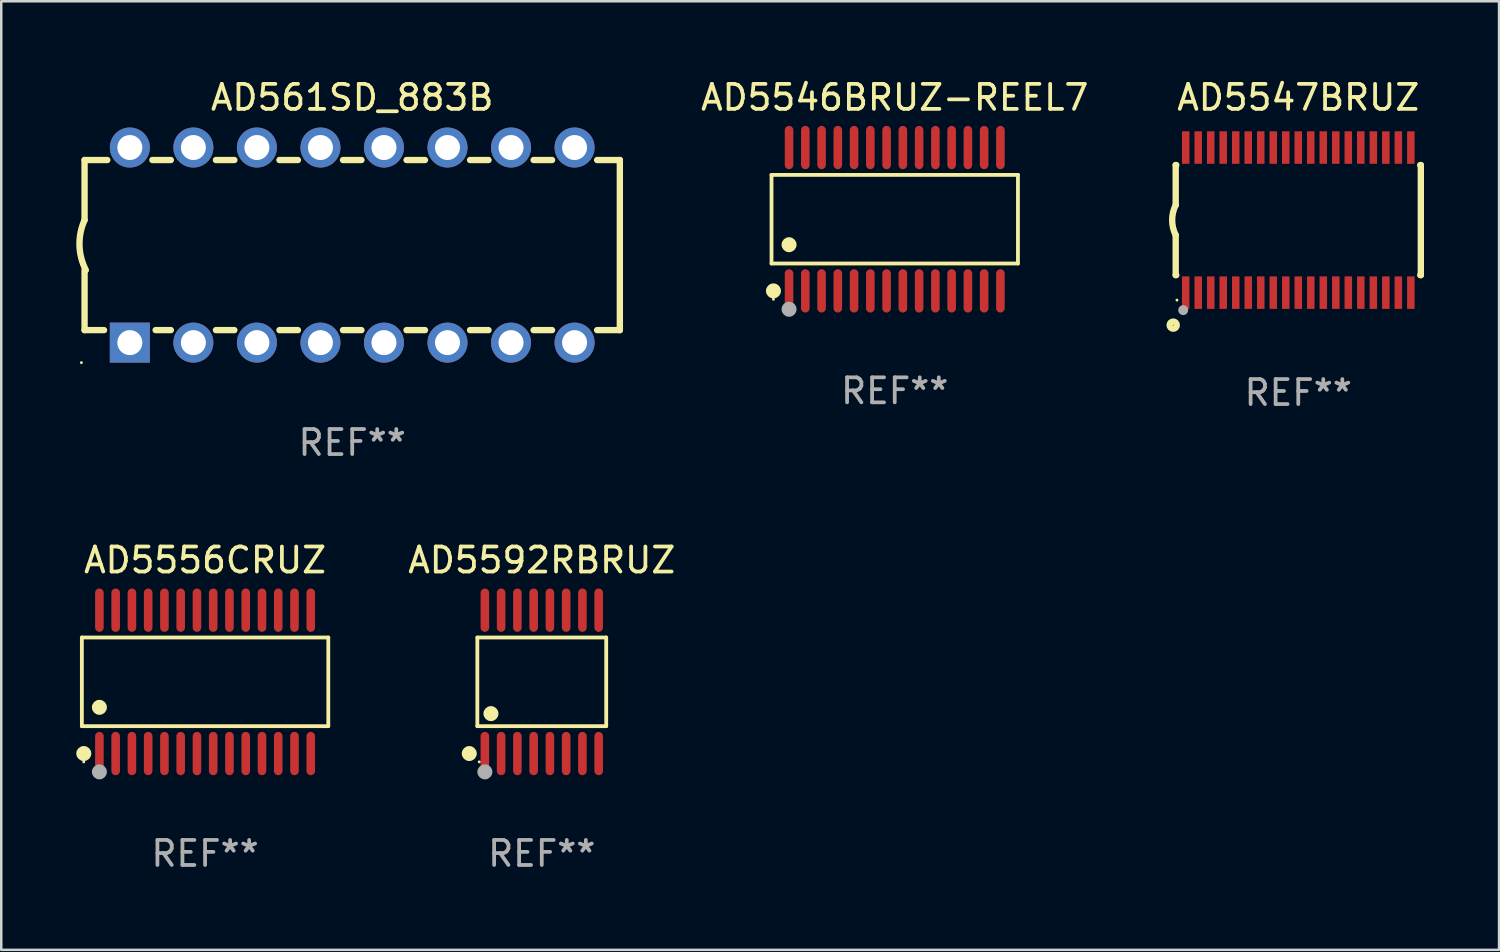
<source format=kicad_pcb>
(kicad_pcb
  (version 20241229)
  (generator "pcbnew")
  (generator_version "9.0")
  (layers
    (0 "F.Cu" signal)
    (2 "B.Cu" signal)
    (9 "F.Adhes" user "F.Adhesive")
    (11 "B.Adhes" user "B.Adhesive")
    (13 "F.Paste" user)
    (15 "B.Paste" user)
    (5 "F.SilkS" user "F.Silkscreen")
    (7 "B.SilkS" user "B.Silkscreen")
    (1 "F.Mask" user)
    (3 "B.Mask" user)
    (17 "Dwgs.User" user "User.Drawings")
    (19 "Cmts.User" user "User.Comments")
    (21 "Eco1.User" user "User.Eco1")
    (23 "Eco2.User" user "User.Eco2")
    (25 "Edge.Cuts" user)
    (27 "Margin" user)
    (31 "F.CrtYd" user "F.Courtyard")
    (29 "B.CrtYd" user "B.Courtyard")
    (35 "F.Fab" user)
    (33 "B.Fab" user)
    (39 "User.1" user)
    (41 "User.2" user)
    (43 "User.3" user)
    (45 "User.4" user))
  (footprint "AD561SD_883B"
    (layer "F.Cu")
    (at 11.031 6.748)
    (property "Reference" "AD561SD_883B" (at 0 -5.9 0) (layer "F.SilkS") (effects (font (size 1 1) (thickness 0.15))))
    (attr through_hole)
    (fp_line (start -10.7 -3.4) (end -9.791 -3.4) (stroke (width 0.254) (type solid)) (layer "F.SilkS"))
    (fp_line (start -10.7 -0.998) (end -10.7 -3.4) (stroke (width 0.254) (type solid)) (layer "F.SilkS"))
    (fp_line (start -10.7 3.4) (end -10.7 1) (stroke (width 0.254) (type solid)) (layer "F.SilkS"))
    (fp_line (start -10.7 3.4) (end -9.921 3.4) (stroke (width 0.254) (type solid)) (layer "F.SilkS"))
    (fp_line (start -7.988 -3.4) (end -7.251 -3.4) (stroke (width 0.254) (type solid)) (layer "F.SilkS"))
    (fp_line (start -7.859 3.4) (end -7.251 3.4) (stroke (width 0.254) (type solid)) (layer "F.SilkS"))
    (fp_line (start -5.448 -3.4) (end -4.711 -3.4) (stroke (width 0.254) (type solid)) (layer "F.SilkS"))
    (fp_line (start -5.448 3.4) (end -4.711 3.4) (stroke (width 0.254) (type solid)) (layer "F.SilkS"))
    (fp_line (start -2.908 -3.4) (end -2.171 -3.4) (stroke (width 0.254) (type solid)) (layer "F.SilkS"))
    (fp_line (start -2.908 3.4) (end -2.171 3.4) (stroke (width 0.254) (type solid)) (layer "F.SilkS"))
    (fp_line (start -0.368 -3.4) (end 0.369 -3.4) (stroke (width 0.254) (type solid)) (layer "F.SilkS"))
    (fp_line (start -0.368 3.4) (end 0.369 3.4) (stroke (width 0.254) (type solid)) (layer "F.SilkS"))
    (fp_line (start 2.172 -3.4) (end 2.909 -3.4) (stroke (width 0.254) (type solid)) (layer "F.SilkS"))
    (fp_line (start 2.172 3.4) (end 2.909 3.4) (stroke (width 0.254) (type solid)) (layer "F.SilkS"))
    (fp_line (start 4.712 -3.4) (end 5.449 -3.4) (stroke (width 0.254) (type solid)) (layer "F.SilkS"))
    (fp_line (start 4.712 3.4) (end 5.449 3.4) (stroke (width 0.254) (type solid)) (layer "F.SilkS"))
    (fp_line (start 7.252 -3.4) (end 7.989 -3.4) (stroke (width 0.254) (type solid)) (layer "F.SilkS"))
    (fp_line (start 7.252 3.4) (end 7.989 3.4) (stroke (width 0.254) (type solid)) (layer "F.SilkS"))
    (fp_line (start 9.792 -3.4) (end 10.7 -3.4) (stroke (width 0.254) (type solid)) (layer "F.SilkS"))
    (fp_line (start 9.792 3.4) (end 10.7 3.4) (stroke (width 0.254) (type solid)) (layer "F.SilkS"))
    (fp_line (start 10.7 3.4) (end 10.7 -3.4) (stroke (width 0.254) (type solid)) (layer "F.SilkS"))
    (fp_arc (start -10.649962 0.99995) (mid -10.90314 0.005668) (end -10.699975 -1.000025) (stroke (width 0.254001) (type solid)) (layer "F.SilkS"))
    (fp_circle (center -10.827 4.7) (end -10.797 4.7) (stroke (width 0.06) (type solid)) (fill no) (layer "F.SilkS"))
    (fp_text user "REF**" (at 0 7.9 0) (layer "F.Fab") (effects (font (size 1 1) (thickness 0.15))))
    (pad "1" thru_hole rect (at -8.89 3.9 90) (size 1.6 1.6) (drill 1) (layers "*.Cu" "*.Mask"))
    (pad "2" thru_hole circle (at -6.35 3.9) (size 1.6 1.6) (drill 1) (layers "*.Cu" "*.Mask"))
    (pad "3" thru_hole circle (at -3.81 3.9) (size 1.6 1.6) (drill 1) (layers "*.Cu" "*.Mask"))
    (pad "4" thru_hole circle (at -1.27 3.9) (size 1.6 1.6) (drill 1) (layers "*.Cu" "*.Mask"))
    (pad "5" thru_hole circle (at 1.27 3.9) (size 1.6 1.6) (drill 1) (layers "*.Cu" "*.Mask"))
    (pad "6" thru_hole circle (at 3.81 3.9) (size 1.6 1.6) (drill 1) (layers "*.Cu" "*.Mask"))
    (pad "7" thru_hole circle (at 6.35 3.9) (size 1.6 1.6) (drill 1) (layers "*.Cu" "*.Mask"))
    (pad "8" thru_hole circle (at 8.89 3.9) (size 1.6 1.6) (drill 1) (layers "*.Cu" "*.Mask"))
    (pad "9" thru_hole circle (at 8.89 -3.9) (size 1.6 1.6) (drill 1) (layers "*.Cu" "*.Mask"))
    (pad "10" thru_hole circle (at 6.35 -3.9) (size 1.6 1.6) (drill 1) (layers "*.Cu" "*.Mask"))
    (pad "11" thru_hole circle (at 3.81 -3.9) (size 1.6 1.6) (drill 1) (layers "*.Cu" "*.Mask"))
    (pad "12" thru_hole circle (at 1.27 -3.9) (size 1.6 1.6) (drill 1) (layers "*.Cu" "*.Mask"))
    (pad "13" thru_hole circle (at -1.27 -3.9) (size 1.6 1.6) (drill 1) (layers "*.Cu" "*.Mask"))
    (pad "14" thru_hole circle (at -3.81 -3.9) (size 1.6 1.6) (drill 1) (layers "*.Cu" "*.Mask"))
    (pad "15" thru_hole circle (at -6.35 -3.9) (size 1.6 1.6) (drill 1) (layers "*.Cu" "*.Mask"))
    (pad "16" thru_hole circle (at -8.89 -3.9) (size 1.6 1.6) (drill 1) (layers "*.Cu" "*.Mask")))
  (footprint "AD5556CRUZ"
    (layer "F.Cu")
    (at 5.149 24.21)
    (property "Reference" "AD5556CRUZ" (at 0 -4.866 0) (layer "F.SilkS") (effects (font (size 1 1) (thickness 0.15))))
    (attr through_hole)
    (fp_line (start -4.926 -1.772) (end 4.926 -1.772) (stroke (width 0.152) (type solid)) (layer "F.SilkS"))
    (fp_line (start -4.926 1.771) (end -4.926 -1.772) (stroke (width 0.152) (type solid)) (layer "F.SilkS"))
    (fp_line (start 4.926 -1.772) (end 4.926 1.771) (stroke (width 0.152) (type solid)) (layer "F.SilkS"))
    (fp_line (start 4.926 1.771) (end -4.926 1.771) (stroke (width 0.152) (type solid)) (layer "F.SilkS"))
    (fp_circle (center -4.85 3.2) (end -4.82 3.2) (stroke (width 0.06) (type solid)) (fill no) (layer "F.SilkS"))
    (fp_circle (center -4.849 2.866) (end -4.699 2.866) (stroke (width 0.3) (type solid)) (fill no) (layer "F.SilkS"))
    (fp_circle (center -4.225 1.019) (end -4.075 1.019) (stroke (width 0.3) (type solid)) (fill no) (layer "F.SilkS"))
    (fp_circle (center -4.225 3.6) (end -4.075 3.6) (stroke (width 0.3) (type solid)) (fill no) (layer "F.Fab"))
    (fp_text user "REF**" (at 0 6.866 0) (layer "F.Fab") (effects (font (size 1 1) (thickness 0.15))))
    (pad "1" smd oval (at -4.225 2.866) (size 0.343 1.731) (layers "F.Cu" "F.Mask" "F.Paste"))
    (pad "2" smd oval (at -3.575 2.866) (size 0.343 1.731) (layers "F.Cu" "F.Mask" "F.Paste"))
    (pad "3" smd oval (at -2.925 2.866) (size 0.343 1.731) (layers "F.Cu" "F.Mask" "F.Paste"))
    (pad "4" smd oval (at -2.275 2.866) (size 0.343 1.731) (layers "F.Cu" "F.Mask" "F.Paste"))
    (pad "5" smd oval (at -1.625 2.866) (size 0.343 1.731) (layers "F.Cu" "F.Mask" "F.Paste"))
    (pad "6" smd oval (at -0.975 2.866) (size 0.343 1.731) (layers "F.Cu" "F.Mask" "F.Paste"))
    (pad "7" smd oval (at -0.325 2.866) (size 0.343 1.731) (layers "F.Cu" "F.Mask" "F.Paste"))
    (pad "8" smd oval (at 0.325 2.866) (size 0.343 1.731) (layers "F.Cu" "F.Mask" "F.Paste"))
    (pad "9" smd oval (at 0.975 2.866) (size 0.343 1.731) (layers "F.Cu" "F.Mask" "F.Paste"))
    (pad "10" smd oval (at 1.625 2.866) (size 0.343 1.731) (layers "F.Cu" "F.Mask" "F.Paste"))
    (pad "11" smd oval (at 2.275 2.866) (size 0.343 1.731) (layers "F.Cu" "F.Mask" "F.Paste"))
    (pad "12" smd oval (at 2.925 2.866) (size 0.343 1.731) (layers "F.Cu" "F.Mask" "F.Paste"))
    (pad "13" smd oval (at 3.575 2.866) (size 0.343 1.731) (layers "F.Cu" "F.Mask" "F.Paste"))
    (pad "14" smd oval (at 4.225 2.866) (size 0.343 1.731) (layers "F.Cu" "F.Mask" "F.Paste"))
    (pad "15" smd oval (at 4.225 -2.866) (size 0.343 1.731) (layers "F.Cu" "F.Mask" "F.Paste"))
    (pad "16" smd oval (at 3.575 -2.866) (size 0.343 1.731) (layers "F.Cu" "F.Mask" "F.Paste"))
    (pad "17" smd oval (at 2.925 -2.866) (size 0.343 1.731) (layers "F.Cu" "F.Mask" "F.Paste"))
    (pad "18" smd oval (at 2.275 -2.866) (size 0.343 1.731) (layers "F.Cu" "F.Mask" "F.Paste"))
    (pad "19" smd oval (at 1.625 -2.866) (size 0.343 1.731) (layers "F.Cu" "F.Mask" "F.Paste"))
    (pad "20" smd oval (at 0.975 -2.866) (size 0.343 1.731) (layers "F.Cu" "F.Mask" "F.Paste"))
    (pad "21" smd oval (at 0.325 -2.866) (size 0.343 1.731) (layers "F.Cu" "F.Mask" "F.Paste"))
    (pad "22" smd oval (at -0.325 -2.866) (size 0.343 1.731) (layers "F.Cu" "F.Mask" "F.Paste"))
    (pad "23" smd oval (at -0.975 -2.866) (size 0.343 1.731) (layers "F.Cu" "F.Mask" "F.Paste"))
    (pad "24" smd oval (at -1.625 -2.866) (size 0.343 1.731) (layers "F.Cu" "F.Mask" "F.Paste"))
    (pad "25" smd oval (at -2.275 -2.866) (size 0.343 1.731) (layers "F.Cu" "F.Mask" "F.Paste"))
    (pad "26" smd oval (at -2.925 -2.866) (size 0.343 1.731) (layers "F.Cu" "F.Mask" "F.Paste"))
    (pad "27" smd oval (at -3.575 -2.866) (size 0.343 1.731) (layers "F.Cu" "F.Mask" "F.Paste"))
    (pad "28" smd oval (at -4.225 -2.866) (size 0.343 1.731) (layers "F.Cu" "F.Mask" "F.Paste")))
  (footprint "AD5592RBRUZ"
    (layer "F.Cu")
    (at 18.61 24.21)
    (property "Reference" "AD5592RBRUZ" (at 0 -4.866 0) (layer "F.SilkS") (effects (font (size 1 1) (thickness 0.15))))
    (attr through_hole)
    (fp_line (start -2.576 -1.772) (end 2.576 -1.772) (stroke (width 0.152) (type solid)) (layer "F.SilkS"))
    (fp_line (start -2.576 1.771) (end -2.576 -1.772) (stroke (width 0.152) (type solid)) (layer "F.SilkS"))
    (fp_line (start 2.576 -1.772) (end 2.576 1.771) (stroke (width 0.152) (type solid)) (layer "F.SilkS"))
    (fp_line (start 2.576 1.771) (end -2.576 1.771) (stroke (width 0.152) (type solid)) (layer "F.SilkS"))
    (fp_circle (center -2.899 2.866) (end -2.749 2.866) (stroke (width 0.3) (type solid)) (fill no) (layer "F.SilkS"))
    (fp_circle (center -2.5 3.2) (end -2.47 3.2) (stroke (width 0.06) (type solid)) (fill no) (layer "F.SilkS"))
    (fp_circle (center -2.032 1.27) (end -1.882 1.27) (stroke (width 0.3) (type solid)) (fill no) (layer "F.SilkS"))
    (fp_circle (center -2.275 3.6) (end -2.125 3.6) (stroke (width 0.3) (type solid)) (fill no) (layer "F.Fab"))
    (fp_text user "REF**" (at 0 6.866 0) (layer "F.Fab") (effects (font (size 1 1) (thickness 0.15))))
    (pad "1" smd oval (at -2.275 2.866) (size 0.343 1.731) (layers "F.Cu" "F.Mask" "F.Paste"))
    (pad "2" smd oval (at -1.625 2.866) (size 0.343 1.731) (layers "F.Cu" "F.Mask" "F.Paste"))
    (pad "3" smd oval (at -0.975 2.866) (size 0.343 1.731) (layers "F.Cu" "F.Mask" "F.Paste"))
    (pad "4" smd oval (at -0.325 2.866) (size 0.343 1.731) (layers "F.Cu" "F.Mask" "F.Paste"))
    (pad "5" smd oval (at 0.325 2.866) (size 0.343 1.731) (layers "F.Cu" "F.Mask" "F.Paste"))
    (pad "6" smd oval (at 0.975 2.866) (size 0.343 1.731) (layers "F.Cu" "F.Mask" "F.Paste"))
    (pad "7" smd oval (at 1.625 2.866) (size 0.343 1.731) (layers "F.Cu" "F.Mask" "F.Paste"))
    (pad "8" smd oval (at 2.275 2.866) (size 0.343 1.731) (layers "F.Cu" "F.Mask" "F.Paste"))
    (pad "9" smd oval (at 2.275 -2.866) (size 0.343 1.731) (layers "F.Cu" "F.Mask" "F.Paste"))
    (pad "10" smd oval (at 1.625 -2.866) (size 0.343 1.731) (layers "F.Cu" "F.Mask" "F.Paste"))
    (pad "11" smd oval (at 0.975 -2.866) (size 0.343 1.731) (layers "F.Cu" "F.Mask" "F.Paste"))
    (pad "12" smd oval (at 0.325 -2.866) (size 0.343 1.731) (layers "F.Cu" "F.Mask" "F.Paste"))
    (pad "13" smd oval (at -0.325 -2.866) (size 0.343 1.731) (layers "F.Cu" "F.Mask" "F.Paste"))
    (pad "14" smd oval (at -0.975 -2.866) (size 0.343 1.731) (layers "F.Cu" "F.Mask" "F.Paste"))
    (pad "15" smd oval (at -1.625 -2.866) (size 0.343 1.731) (layers "F.Cu" "F.Mask" "F.Paste"))
    (pad "16" smd oval (at -2.275 -2.866) (size 0.343 1.731) (layers "F.Cu" "F.Mask" "F.Paste")))
  (footprint "AD5547BRUZ"
    (layer "F.Cu")
    (at 48.854 5.749)
    (property "Reference" "AD5547BRUZ" (at 0 -4.901 0) (layer "F.SilkS") (effects (font (size 1 1) (thickness 0.15))))
    (attr through_hole)
    (fp_line (start -4.9 -2.2) (end -4.9 -0.6) (stroke (width 0.254) (type solid)) (layer "F.SilkS"))
    (fp_line (start -4.9 -2.2) (end -4.876 -2.2) (stroke (width 0.254) (type solid)) (layer "F.SilkS"))
    (fp_line (start -4.9 2.2) (end -4.9 0.6) (stroke (width 0.254) (type solid)) (layer "F.SilkS"))
    (fp_line (start -4.9 2.2) (end -4.877 2.2) (stroke (width 0.254) (type solid)) (layer "F.SilkS"))
    (fp_line (start 4.876 -2.2) (end 4.9 -2.2) (stroke (width 0.254) (type solid)) (layer "F.SilkS"))
    (fp_line (start 4.877 2.2) (end 4.9 2.2) (stroke (width 0.254) (type solid)) (layer "F.SilkS"))
    (fp_line (start 4.9 -2.2) (end 4.9 2.2) (stroke (width 0.254) (type solid)) (layer "F.SilkS"))
    (fp_arc (start -4.900051 0.599822) (mid -5.041652 -0.000095) (end -4.9 -0.6) (stroke (width 0.254001) (type solid)) (layer "F.SilkS"))
    (fp_circle (center -5 4.2) (end -4.857 4.2) (stroke (width 0.254) (type solid)) (fill no) (layer "F.SilkS"))
    (fp_circle (center -4.85 3.2) (end -4.82 3.2) (stroke (width 0.06) (type solid)) (fill no) (layer "F.SilkS"))
    (fp_circle (center -4.6 3.6) (end -4.5 3.6) (stroke (width 0.2) (type solid)) (fill no) (layer "F.Fab"))
    (fp_text user "REF**" (at 0 6.901 0) (layer "F.Fab") (effects (font (size 1 1) (thickness 0.15))))
    (pad "1" smd rect (at -4.501 2.899 90) (size 1.3 0.3) (layers "F.Cu" "F.Mask" "F.Paste"))
    (pad "2" smd rect (at -3.999 2.901 90) (size 1.3 0.3) (layers "F.Cu" "F.Mask" "F.Paste"))
    (pad "3" smd rect (at -3.498 2.901 90) (size 1.3 0.3) (layers "F.Cu" "F.Mask" "F.Paste"))
    (pad "4" smd rect (at -2.999 2.901 90) (size 1.3 0.3) (layers "F.Cu" "F.Mask" "F.Paste"))
    (pad "5" smd rect (at -2.499 2.901 90) (size 1.3 0.3) (layers "F.Cu" "F.Mask" "F.Paste"))
    (pad "6" smd rect (at -1.999 2.901 90) (size 1.3 0.3) (layers "F.Cu" "F.Mask" "F.Paste"))
    (pad "7" smd rect (at -1.499 2.901 90) (size 1.3 0.3) (layers "F.Cu" "F.Mask" "F.Paste"))
    (pad "8" smd rect (at -0.999 2.901 90) (size 1.3 0.3) (layers "F.Cu" "F.Mask" "F.Paste"))
    (pad "9" smd rect (at -0.499 2.901 90) (size 1.3 0.3) (layers "F.Cu" "F.Mask" "F.Paste"))
    (pad "10" smd rect (at 0.001 2.901 90) (size 1.3 0.3) (layers "F.Cu" "F.Mask" "F.Paste"))
    (pad "11" smd rect (at 0.501 2.901 90) (size 1.3 0.3) (layers "F.Cu" "F.Mask" "F.Paste"))
    (pad "12" smd rect (at 1.001 2.901 90) (size 1.3 0.3) (layers "F.Cu" "F.Mask" "F.Paste"))
    (pad "13" smd rect (at 1.501 2.901 90) (size 1.3 0.3) (layers "F.Cu" "F.Mask" "F.Paste"))
    (pad "14" smd rect (at 2.001 2.901 90) (size 1.3 0.3) (layers "F.Cu" "F.Mask" "F.Paste"))
    (pad "15" smd rect (at 2.501 2.901 90) (size 1.3 0.3) (layers "F.Cu" "F.Mask" "F.Paste"))
    (pad "16" smd rect (at 3.001 2.901 90) (size 1.3 0.3) (layers "F.Cu" "F.Mask" "F.Paste"))
    (pad "17" smd rect (at 3.501 2.901 90) (size 1.3 0.3) (layers "F.Cu" "F.Mask" "F.Paste"))
    (pad "18" smd rect (at 4.001 2.901 90) (size 1.3 0.3) (layers "F.Cu" "F.Mask" "F.Paste"))
    (pad "19" smd rect (at 4.501 2.901 90) (size 1.3 0.3) (layers "F.Cu" "F.Mask" "F.Paste"))
    (pad "20" smd rect (at 4.501 -2.899 90) (size 1.3 0.3) (layers "F.Cu" "F.Mask" "F.Paste"))
    (pad "21" smd rect (at 4.001 -2.9 90) (size 1.3 0.3) (layers "F.Cu" "F.Mask" "F.Paste"))
    (pad "22" smd rect (at 3.501 -2.899 90) (size 1.3 0.3) (layers "F.Cu" "F.Mask" "F.Paste"))
    (pad "23" smd rect (at 3.002 -2.899 90) (size 1.3 0.3) (layers "F.Cu" "F.Mask" "F.Paste"))
    (pad "24" smd rect (at 2.499 -2.901 90) (size 1.3 0.3) (layers "F.Cu" "F.Mask" "F.Paste"))
    (pad "25" smd rect (at 2 -2.9 90) (size 1.3 0.3) (layers "F.Cu" "F.Mask" "F.Paste"))
    (pad "26" smd rect (at 1.5 -2.9 90) (size 1.3 0.3) (layers "F.Cu" "F.Mask" "F.Paste"))
    (pad "27" smd rect (at 1 -2.9 90) (size 1.3 0.3) (layers "F.Cu" "F.Mask" "F.Paste"))
    (pad "28" smd rect (at 0.5 -2.9 90) (size 1.3 0.3) (layers "F.Cu" "F.Mask" "F.Paste"))
    (pad "29" smd rect (at 0.000127 -2.9 90) (size 1.3 0.3) (layers "F.Cu" "F.Mask" "F.Paste"))
    (pad "30" smd rect (at -0.5 -2.9 90) (size 1.3 0.3) (layers "F.Cu" "F.Mask" "F.Paste"))
    (pad "31" smd rect (at -1 -2.9 90) (size 1.3 0.3) (layers "F.Cu" "F.Mask" "F.Paste"))
    (pad "32" smd rect (at -1.5 -2.9 90) (size 1.3 0.3) (layers "F.Cu" "F.Mask" "F.Paste"))
    (pad "33" smd rect (at -2 -2.9 90) (size 1.3 0.3) (layers "F.Cu" "F.Mask" "F.Paste"))
    (pad "34" smd rect (at -2.5 -2.9 90) (size 1.3 0.3) (layers "F.Cu" "F.Mask" "F.Paste"))
    (pad "35" smd rect (at -3 -2.9 90) (size 1.3 0.3) (layers "F.Cu" "F.Mask" "F.Paste"))
    (pad "36" smd rect (at -3.5 -2.9 90) (size 1.3 0.3) (layers "F.Cu" "F.Mask" "F.Paste"))
    (pad "37" smd rect (at -4 -2.9 90) (size 1.3 0.3) (layers "F.Cu" "F.Mask" "F.Paste"))
    (pad "38" smd rect (at -4.5 -2.9 90) (size 1.3 0.3) (layers "F.Cu" "F.Mask" "F.Paste")))
  (footprint "AD5546BRUZ-REEL7"
    (layer "F.Cu")
    (at 32.721 5.714)
    (property "Reference" "AD5546BRUZ-REEL7" (at 0 -4.866 0) (layer "F.SilkS") (effects (font (size 1 1) (thickness 0.15))))
    (attr through_hole)
    (fp_line (start -4.926 -1.772) (end 4.926 -1.772) (stroke (width 0.152) (type solid)) (layer "F.SilkS"))
    (fp_line (start -4.926 1.771) (end -4.926 -1.772) (stroke (width 0.152) (type solid)) (layer "F.SilkS"))
    (fp_line (start 4.926 -1.772) (end 4.926 1.771) (stroke (width 0.152) (type solid)) (layer "F.SilkS"))
    (fp_line (start 4.926 1.771) (end -4.926 1.771) (stroke (width 0.152) (type solid)) (layer "F.SilkS"))
    (fp_circle (center -4.85 3.2) (end -4.82 3.2) (stroke (width 0.06) (type solid)) (fill no) (layer "F.SilkS"))
    (fp_circle (center -4.849 2.866) (end -4.699 2.866) (stroke (width 0.3) (type solid)) (fill no) (layer "F.SilkS"))
    (fp_circle (center -4.225 1.019) (end -4.075 1.019) (stroke (width 0.3) (type solid)) (fill no) (layer "F.SilkS"))
    (fp_circle (center -4.225 3.6) (end -4.075 3.6) (stroke (width 0.3) (type solid)) (fill no) (layer "F.Fab"))
    (fp_text user "REF**" (at 0 6.866 0) (layer "F.Fab") (effects (font (size 1 1) (thickness 0.15))))
    (pad "1" smd oval (at -4.225 2.866) (size 0.343 1.731) (layers "F.Cu" "F.Mask" "F.Paste"))
    (pad "2" smd oval (at -3.575 2.866) (size 0.343 1.731) (layers "F.Cu" "F.Mask" "F.Paste"))
    (pad "3" smd oval (at -2.925 2.866) (size 0.343 1.731) (layers "F.Cu" "F.Mask" "F.Paste"))
    (pad "4" smd oval (at -2.275 2.866) (size 0.343 1.731) (layers "F.Cu" "F.Mask" "F.Paste"))
    (pad "5" smd oval (at -1.625 2.866) (size 0.343 1.731) (layers "F.Cu" "F.Mask" "F.Paste"))
    (pad "6" smd oval (at -0.975 2.866) (size 0.343 1.731) (layers "F.Cu" "F.Mask" "F.Paste"))
    (pad "7" smd oval (at -0.325 2.866) (size 0.343 1.731) (layers "F.Cu" "F.Mask" "F.Paste"))
    (pad "8" smd oval (at 0.325 2.866) (size 0.343 1.731) (layers "F.Cu" "F.Mask" "F.Paste"))
    (pad "9" smd oval (at 0.975 2.866) (size 0.343 1.731) (layers "F.Cu" "F.Mask" "F.Paste"))
    (pad "10" smd oval (at 1.625 2.866) (size 0.343 1.731) (layers "F.Cu" "F.Mask" "F.Paste"))
    (pad "11" smd oval (at 2.275 2.866) (size 0.343 1.731) (layers "F.Cu" "F.Mask" "F.Paste"))
    (pad "12" smd oval (at 2.925 2.866) (size 0.343 1.731) (layers "F.Cu" "F.Mask" "F.Paste"))
    (pad "13" smd oval (at 3.575 2.866) (size 0.343 1.731) (layers "F.Cu" "F.Mask" "F.Paste"))
    (pad "14" smd oval (at 4.225 2.866) (size 0.343 1.731) (layers "F.Cu" "F.Mask" "F.Paste"))
    (pad "15" smd oval (at 4.225 -2.866) (size 0.343 1.731) (layers "F.Cu" "F.Mask" "F.Paste"))
    (pad "16" smd oval (at 3.575 -2.866) (size 0.343 1.731) (layers "F.Cu" "F.Mask" "F.Paste"))
    (pad "17" smd oval (at 2.925 -2.866) (size 0.343 1.731) (layers "F.Cu" "F.Mask" "F.Paste"))
    (pad "18" smd oval (at 2.275 -2.866) (size 0.343 1.731) (layers "F.Cu" "F.Mask" "F.Paste"))
    (pad "19" smd oval (at 1.625 -2.866) (size 0.343 1.731) (layers "F.Cu" "F.Mask" "F.Paste"))
    (pad "20" smd oval (at 0.975 -2.866) (size 0.343 1.731) (layers "F.Cu" "F.Mask" "F.Paste"))
    (pad "21" smd oval (at 0.325 -2.866) (size 0.343 1.731) (layers "F.Cu" "F.Mask" "F.Paste"))
    (pad "22" smd oval (at -0.325 -2.866) (size 0.343 1.731) (layers "F.Cu" "F.Mask" "F.Paste"))
    (pad "23" smd oval (at -0.975 -2.866) (size 0.343 1.731) (layers "F.Cu" "F.Mask" "F.Paste"))
    (pad "24" smd oval (at -1.625 -2.866) (size 0.343 1.731) (layers "F.Cu" "F.Mask" "F.Paste"))
    (pad "25" smd oval (at -2.275 -2.866) (size 0.343 1.731) (layers "F.Cu" "F.Mask" "F.Paste"))
    (pad "26" smd oval (at -2.925 -2.866) (size 0.343 1.731) (layers "F.Cu" "F.Mask" "F.Paste"))
    (pad "27" smd oval (at -3.575 -2.866) (size 0.343 1.731) (layers "F.Cu" "F.Mask" "F.Paste"))
    (pad "28" smd oval (at -4.225 -2.866) (size 0.343 1.731) (layers "F.Cu" "F.Mask" "F.Paste")))
  (gr_rect
    (start -3 -3)
    (end 56.881 34.924)
    (stroke (width 0.1) (type default))
    (fill no)
    (layer "Edge.Cuts")))
</source>
